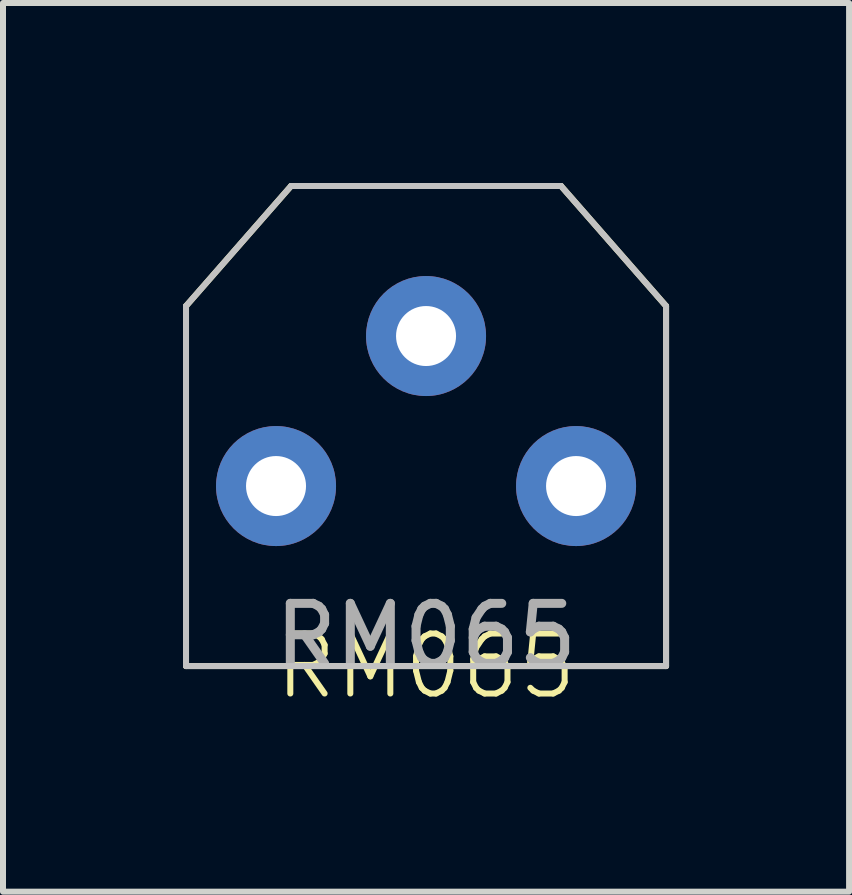
<source format=kicad_pcb>
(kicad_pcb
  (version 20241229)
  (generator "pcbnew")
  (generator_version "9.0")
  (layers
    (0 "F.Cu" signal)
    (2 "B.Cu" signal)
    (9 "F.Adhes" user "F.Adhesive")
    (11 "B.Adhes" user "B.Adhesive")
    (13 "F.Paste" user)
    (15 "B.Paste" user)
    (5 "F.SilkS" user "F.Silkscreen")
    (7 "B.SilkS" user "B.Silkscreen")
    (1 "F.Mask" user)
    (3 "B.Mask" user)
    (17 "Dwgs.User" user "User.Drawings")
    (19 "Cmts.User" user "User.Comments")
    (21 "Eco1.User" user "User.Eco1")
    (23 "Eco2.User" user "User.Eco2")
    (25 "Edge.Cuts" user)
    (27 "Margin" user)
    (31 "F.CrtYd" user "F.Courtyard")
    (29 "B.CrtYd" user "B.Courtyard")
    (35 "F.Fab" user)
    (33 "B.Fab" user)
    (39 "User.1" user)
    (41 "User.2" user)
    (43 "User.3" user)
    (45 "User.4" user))
  (footprint "RM065"
    (layer "F.Cu")
    (at 4.05 5.05)
    (property "Reference" "RM065" (at 0 3 0) (unlocked yes) (layer "F.SilkS") (effects (font (size 1 1) (thickness 0.1))))
    (attr through_hole)
    (fp_line (start -4 -3) (end -4 3) (stroke (width 0.1) (type default)) (layer "F.SilkS"))
    (fp_line (start -4 3) (end 4 3) (stroke (width 0.1) (type default)) (layer "F.SilkS"))
    (fp_line (start -2.25 -5) (end -4 -3) (stroke (width 0.1) (type default)) (layer "F.SilkS"))
    (fp_line (start 2.25 -5) (end -2.25 -5) (stroke (width 0.1) (type default)) (layer "F.SilkS"))
    (fp_line (start 4 -3) (end 2.25 -5) (stroke (width 0.1) (type default)) (layer "F.SilkS"))
    (fp_line (start 4 3) (end 4 -3) (stroke (width 0.1) (type default)) (layer "F.SilkS"))
    (fp_line (start -4 -3) (end -4 3) (stroke (width 0.1) (type default)) (layer "Dwgs.User"))
    (fp_line (start -4 3) (end 4 3) (stroke (width 0.1) (type default)) (layer "Dwgs.User"))
    (fp_line (start -2.25 -5) (end -4 -3) (stroke (width 0.1) (type default)) (layer "Dwgs.User"))
    (fp_line (start 2.25 -5) (end -2.25 -5) (stroke (width 0.1) (type default)) (layer "Dwgs.User"))
    (fp_line (start 2.25 -5) (end 4 -3) (stroke (width 0.1) (type default)) (layer "Dwgs.User"))
    (fp_line (start 4 3) (end 4 -3) (stroke (width 0.1) (type default)) (layer "Dwgs.User"))
    (fp_text user "${REFERENCE}" (at 0 2.5 0) (unlocked yes) (layer "F.Fab") (effects (font (size 1 1) (thickness 0.15))))
    (pad "1" thru_hole circle (at 0 -2.5) (size 2 2) (drill 1) (layers "*.Cu" "*.Mask"))
    (pad "2" thru_hole circle (at -2.5 0) (size 2 2) (drill 1) (layers "*.Cu" "*.Mask"))
    (pad "3" thru_hole circle (at 2.5 0) (size 2 2) (drill 1) (layers "*.Cu" "*.Mask")))
  (gr_rect
    (start -3 -3)
    (end 11.1 11.81)
    (stroke (width 0.1) (type default))
    (fill no)
    (layer "Edge.Cuts")))
</source>
